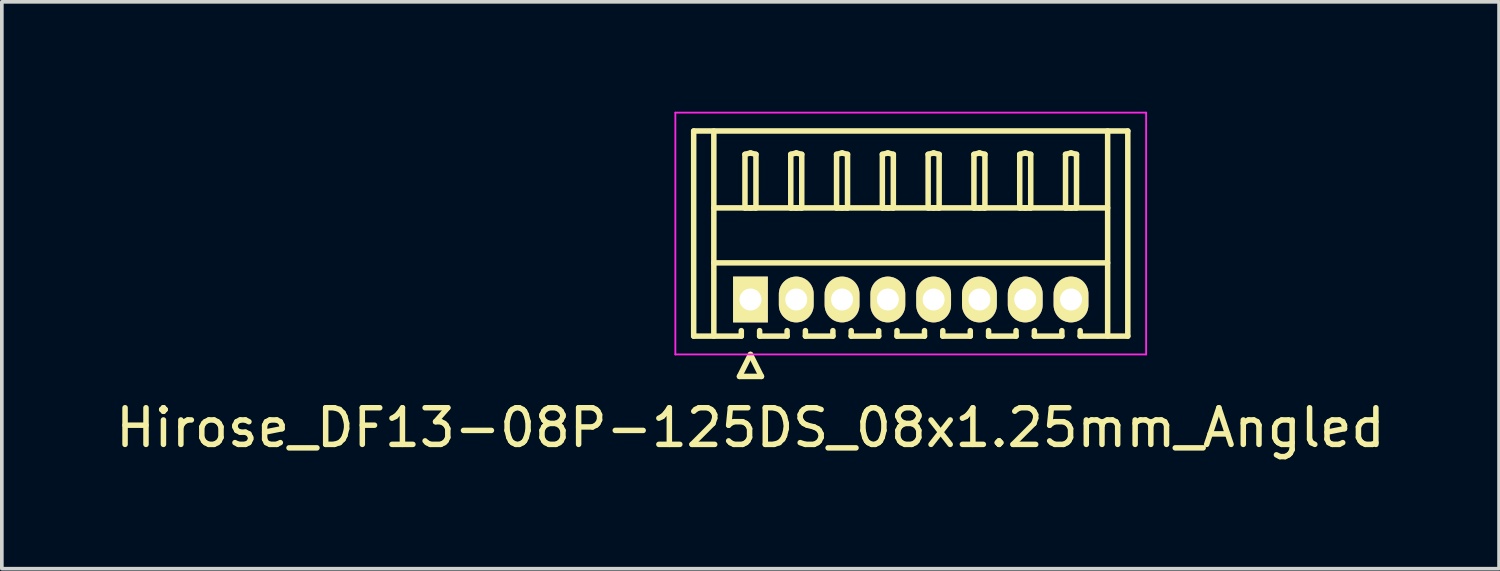
<source format=kicad_pcb>
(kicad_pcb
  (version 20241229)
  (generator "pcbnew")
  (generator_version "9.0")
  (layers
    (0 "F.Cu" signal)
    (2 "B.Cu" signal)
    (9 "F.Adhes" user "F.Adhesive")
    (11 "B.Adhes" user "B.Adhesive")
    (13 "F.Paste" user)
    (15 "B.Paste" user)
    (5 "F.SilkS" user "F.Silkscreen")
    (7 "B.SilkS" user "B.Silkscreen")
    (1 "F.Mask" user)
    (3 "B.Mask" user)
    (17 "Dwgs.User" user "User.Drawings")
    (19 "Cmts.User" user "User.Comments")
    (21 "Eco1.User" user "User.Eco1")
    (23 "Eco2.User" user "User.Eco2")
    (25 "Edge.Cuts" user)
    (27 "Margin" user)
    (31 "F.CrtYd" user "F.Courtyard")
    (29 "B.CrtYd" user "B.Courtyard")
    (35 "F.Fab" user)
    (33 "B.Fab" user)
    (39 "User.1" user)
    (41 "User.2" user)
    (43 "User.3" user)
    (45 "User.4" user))
  (footprint "Hirose_DF13-08P-125DS_08x1.25mm_Angled"
    (layer "F.Cu")
    (at 17.435 5.125)
    (property "Reference" "Hirose_DF13-08P-125DS_08x1.25mm_Angled" (at 0 3.5 0) (layer "F.SilkS") (effects (font (size 1 1) (thickness 0.15))))
    (attr through_hole)
    (fp_line (start -1.55 -4.6) (end 10.3 -4.6) (stroke (width 0.15) (type solid)) (layer "F.SilkS"))
    (fp_line (start -1.55 1) (end -1.55 -4.6) (stroke (width 0.15) (type solid)) (layer "F.SilkS"))
    (fp_line (start -1 -4.6) (end -1 1) (stroke (width 0.15) (type solid)) (layer "F.SilkS"))
    (fp_line (start -1 -2.5) (end 9.75 -2.5) (stroke (width 0.15) (type solid)) (layer "F.SilkS"))
    (fp_line (start -1 -1) (end 9.75 -1) (stroke (width 0.15) (type solid)) (layer "F.SilkS"))
    (fp_line (start -0.3 2.1) (end 0.3 2.1) (stroke (width 0.15) (type solid)) (layer "F.SilkS"))
    (fp_line (start -0.25 0.85) (end -0.25 1) (stroke (width 0.15) (type solid)) (layer "F.SilkS"))
    (fp_line (start -0.25 1) (end -1.55 1) (stroke (width 0.15) (type solid)) (layer "F.SilkS"))
    (fp_line (start -0.15 -3.962) (end 0 -4) (stroke (width 0.15) (type solid)) (layer "F.SilkS"))
    (fp_line (start -0.15 -2.5) (end -0.15 -3.962) (stroke (width 0.15) (type solid)) (layer "F.SilkS"))
    (fp_line (start 0 -4) (end 0.15 -3.962) (stroke (width 0.15) (type solid)) (layer "F.SilkS"))
    (fp_line (start 0 -2.5) (end -0.15 -2.5) (stroke (width 0.15) (type solid)) (layer "F.SilkS"))
    (fp_line (start 0 1.5) (end -0.3 2.1) (stroke (width 0.15) (type solid)) (layer "F.SilkS"))
    (fp_line (start 0.15 -3.962) (end 0.15 -2.5) (stroke (width 0.15) (type solid)) (layer "F.SilkS"))
    (fp_line (start 0.15 -2.5) (end 0 -2.5) (stroke (width 0.15) (type solid)) (layer "F.SilkS"))
    (fp_line (start 0.25 0.85) (end 0.25 1) (stroke (width 0.15) (type solid)) (layer "F.SilkS"))
    (fp_line (start 0.25 1) (end 1 1) (stroke (width 0.15) (type solid)) (layer "F.SilkS"))
    (fp_line (start 0.3 2.1) (end 0 1.5) (stroke (width 0.15) (type solid)) (layer "F.SilkS"))
    (fp_line (start 1 1) (end 1 0.85) (stroke (width 0.15) (type solid)) (layer "F.SilkS"))
    (fp_line (start 1.1 -3.962) (end 1.25 -4) (stroke (width 0.15) (type solid)) (layer "F.SilkS"))
    (fp_line (start 1.1 -2.5) (end 1.1 -3.962) (stroke (width 0.15) (type solid)) (layer "F.SilkS"))
    (fp_line (start 1.25 -4) (end 1.4 -3.962) (stroke (width 0.15) (type solid)) (layer "F.SilkS"))
    (fp_line (start 1.25 -2.5) (end 1.1 -2.5) (stroke (width 0.15) (type solid)) (layer "F.SilkS"))
    (fp_line (start 1.4 -3.962) (end 1.4 -2.5) (stroke (width 0.15) (type solid)) (layer "F.SilkS"))
    (fp_line (start 1.4 -2.5) (end 1.25 -2.5) (stroke (width 0.15) (type solid)) (layer "F.SilkS"))
    (fp_line (start 1.5 0.85) (end 1.5 1) (stroke (width 0.15) (type solid)) (layer "F.SilkS"))
    (fp_line (start 1.5 1) (end 2.25 1) (stroke (width 0.15) (type solid)) (layer "F.SilkS"))
    (fp_line (start 2.25 1) (end 2.25 0.85) (stroke (width 0.15) (type solid)) (layer "F.SilkS"))
    (fp_line (start 2.35 -3.962) (end 2.5 -4) (stroke (width 0.15) (type solid)) (layer "F.SilkS"))
    (fp_line (start 2.35 -2.5) (end 2.35 -3.962) (stroke (width 0.15) (type solid)) (layer "F.SilkS"))
    (fp_line (start 2.5 -4) (end 2.65 -3.962) (stroke (width 0.15) (type solid)) (layer "F.SilkS"))
    (fp_line (start 2.5 -2.5) (end 2.35 -2.5) (stroke (width 0.15) (type solid)) (layer "F.SilkS"))
    (fp_line (start 2.65 -3.962) (end 2.65 -2.5) (stroke (width 0.15) (type solid)) (layer "F.SilkS"))
    (fp_line (start 2.65 -2.5) (end 2.5 -2.5) (stroke (width 0.15) (type solid)) (layer "F.SilkS"))
    (fp_line (start 2.75 0.85) (end 2.75 1) (stroke (width 0.15) (type solid)) (layer "F.SilkS"))
    (fp_line (start 2.75 1) (end 3.5 1) (stroke (width 0.15) (type solid)) (layer "F.SilkS"))
    (fp_line (start 3.5 1) (end 3.5 0.85) (stroke (width 0.15) (type solid)) (layer "F.SilkS"))
    (fp_line (start 3.6 -3.962) (end 3.75 -4) (stroke (width 0.15) (type solid)) (layer "F.SilkS"))
    (fp_line (start 3.6 -2.5) (end 3.6 -3.962) (stroke (width 0.15) (type solid)) (layer "F.SilkS"))
    (fp_line (start 3.75 -4) (end 3.9 -3.962) (stroke (width 0.15) (type solid)) (layer "F.SilkS"))
    (fp_line (start 3.75 -2.5) (end 3.6 -2.5) (stroke (width 0.15) (type solid)) (layer "F.SilkS"))
    (fp_line (start 3.9 -3.962) (end 3.9 -2.5) (stroke (width 0.15) (type solid)) (layer "F.SilkS"))
    (fp_line (start 3.9 -2.5) (end 3.75 -2.5) (stroke (width 0.15) (type solid)) (layer "F.SilkS"))
    (fp_line (start 4 0.85) (end 4 1) (stroke (width 0.15) (type solid)) (layer "F.SilkS"))
    (fp_line (start 4 1) (end 4.75 1) (stroke (width 0.15) (type solid)) (layer "F.SilkS"))
    (fp_line (start 4.75 1) (end 4.75 0.85) (stroke (width 0.15) (type solid)) (layer "F.SilkS"))
    (fp_line (start 4.85 -3.962) (end 5 -4) (stroke (width 0.15) (type solid)) (layer "F.SilkS"))
    (fp_line (start 4.85 -2.5) (end 4.85 -3.962) (stroke (width 0.15) (type solid)) (layer "F.SilkS"))
    (fp_line (start 5 -4) (end 5.15 -3.962) (stroke (width 0.15) (type solid)) (layer "F.SilkS"))
    (fp_line (start 5 -2.5) (end 4.85 -2.5) (stroke (width 0.15) (type solid)) (layer "F.SilkS"))
    (fp_line (start 5.15 -3.962) (end 5.15 -2.5) (stroke (width 0.15) (type solid)) (layer "F.SilkS"))
    (fp_line (start 5.15 -2.5) (end 5 -2.5) (stroke (width 0.15) (type solid)) (layer "F.SilkS"))
    (fp_line (start 5.25 0.85) (end 5.25 1) (stroke (width 0.15) (type solid)) (layer "F.SilkS"))
    (fp_line (start 5.25 1) (end 6 1) (stroke (width 0.15) (type solid)) (layer "F.SilkS"))
    (fp_line (start 6 1) (end 6 0.85) (stroke (width 0.15) (type solid)) (layer "F.SilkS"))
    (fp_line (start 6.1 -3.962) (end 6.25 -4) (stroke (width 0.15) (type solid)) (layer "F.SilkS"))
    (fp_line (start 6.1 -2.5) (end 6.1 -3.962) (stroke (width 0.15) (type solid)) (layer "F.SilkS"))
    (fp_line (start 6.25 -4) (end 6.4 -3.962) (stroke (width 0.15) (type solid)) (layer "F.SilkS"))
    (fp_line (start 6.25 -2.5) (end 6.1 -2.5) (stroke (width 0.15) (type solid)) (layer "F.SilkS"))
    (fp_line (start 6.4 -3.962) (end 6.4 -2.5) (stroke (width 0.15) (type solid)) (layer "F.SilkS"))
    (fp_line (start 6.4 -2.5) (end 6.25 -2.5) (stroke (width 0.15) (type solid)) (layer "F.SilkS"))
    (fp_line (start 6.5 0.85) (end 6.5 1) (stroke (width 0.15) (type solid)) (layer "F.SilkS"))
    (fp_line (start 6.5 1) (end 7.25 1) (stroke (width 0.15) (type solid)) (layer "F.SilkS"))
    (fp_line (start 7.25 1) (end 7.25 0.85) (stroke (width 0.15) (type solid)) (layer "F.SilkS"))
    (fp_line (start 7.35 -3.962) (end 7.5 -4) (stroke (width 0.15) (type solid)) (layer "F.SilkS"))
    (fp_line (start 7.35 -2.5) (end 7.35 -3.962) (stroke (width 0.15) (type solid)) (layer "F.SilkS"))
    (fp_line (start 7.5 -4) (end 7.65 -3.962) (stroke (width 0.15) (type solid)) (layer "F.SilkS"))
    (fp_line (start 7.5 -2.5) (end 7.35 -2.5) (stroke (width 0.15) (type solid)) (layer "F.SilkS"))
    (fp_line (start 7.65 -3.962) (end 7.65 -2.5) (stroke (width 0.15) (type solid)) (layer "F.SilkS"))
    (fp_line (start 7.65 -2.5) (end 7.5 -2.5) (stroke (width 0.15) (type solid)) (layer "F.SilkS"))
    (fp_line (start 7.75 0.85) (end 7.75 1) (stroke (width 0.15) (type solid)) (layer "F.SilkS"))
    (fp_line (start 7.75 1) (end 8.5 1) (stroke (width 0.15) (type solid)) (layer "F.SilkS"))
    (fp_line (start 8.5 1) (end 8.5 0.85) (stroke (width 0.15) (type solid)) (layer "F.SilkS"))
    (fp_line (start 8.6 -3.962) (end 8.75 -4) (stroke (width 0.15) (type solid)) (layer "F.SilkS"))
    (fp_line (start 8.6 -2.5) (end 8.6 -3.962) (stroke (width 0.15) (type solid)) (layer "F.SilkS"))
    (fp_line (start 8.75 -4) (end 8.9 -3.962) (stroke (width 0.15) (type solid)) (layer "F.SilkS"))
    (fp_line (start 8.75 -2.5) (end 8.6 -2.5) (stroke (width 0.15) (type solid)) (layer "F.SilkS"))
    (fp_line (start 8.9 -3.962) (end 8.9 -2.5) (stroke (width 0.15) (type solid)) (layer "F.SilkS"))
    (fp_line (start 8.9 -2.5) (end 8.75 -2.5) (stroke (width 0.15) (type solid)) (layer "F.SilkS"))
    (fp_line (start 9 1) (end 9 0.85) (stroke (width 0.15) (type solid)) (layer "F.SilkS"))
    (fp_line (start 9.75 -4.6) (end 9.75 1) (stroke (width 0.15) (type solid)) (layer "F.SilkS"))
    (fp_line (start 10.3 -4.6) (end 10.3 1) (stroke (width 0.15) (type solid)) (layer "F.SilkS"))
    (fp_line (start 10.3 1) (end 9 1) (stroke (width 0.15) (type solid)) (layer "F.SilkS"))
    (fp_line (start -2.05 -5.1) (end -2.05 1.5) (stroke (width 0.05) (type solid)) (layer "F.CrtYd"))
    (fp_line (start -2.05 1.5) (end 10.8 1.5) (stroke (width 0.05) (type solid)) (layer "F.CrtYd"))
    (fp_line (start 10.8 -5.1) (end -2.05 -5.1) (stroke (width 0.05) (type solid)) (layer "F.CrtYd"))
    (fp_line (start 10.8 1.5) (end 10.8 -5.1) (stroke (width 0.05) (type solid)) (layer "F.CrtYd"))
    (pad "1" thru_hole rect (at 0 0) (size 0.95 1.25) (drill 0.6) (layers "*.Cu" "*.Mask" "F.SilkS"))
    (pad "2" thru_hole oval (at 1.25 0) (size 0.95 1.25) (drill 0.6) (layers "*.Cu" "*.Mask" "F.SilkS"))
    (pad "3" thru_hole oval (at 2.5 0) (size 0.95 1.25) (drill 0.6) (layers "*.Cu" "*.Mask" "F.SilkS"))
    (pad "4" thru_hole oval (at 3.75 0) (size 0.95 1.25) (drill 0.6) (layers "*.Cu" "*.Mask" "F.SilkS"))
    (pad "5" thru_hole oval (at 5 0) (size 0.95 1.25) (drill 0.6) (layers "*.Cu" "*.Mask" "F.SilkS"))
    (pad "6" thru_hole oval (at 6.25 0) (size 0.95 1.25) (drill 0.6) (layers "*.Cu" "*.Mask" "F.SilkS"))
    (pad "7" thru_hole oval (at 7.5 0) (size 0.95 1.25) (drill 0.6) (layers "*.Cu" "*.Mask" "F.SilkS"))
    (pad "8" thru_hole oval (at 8.75 0) (size 0.95 1.25) (drill 0.6) (layers "*.Cu" "*.Mask" "F.SilkS")))
  (gr_rect
    (start -3 -3)
    (end 37.869 12.473)
    (stroke (width 0.1) (type default))
    (fill no)
    (layer "Edge.Cuts")))
</source>
